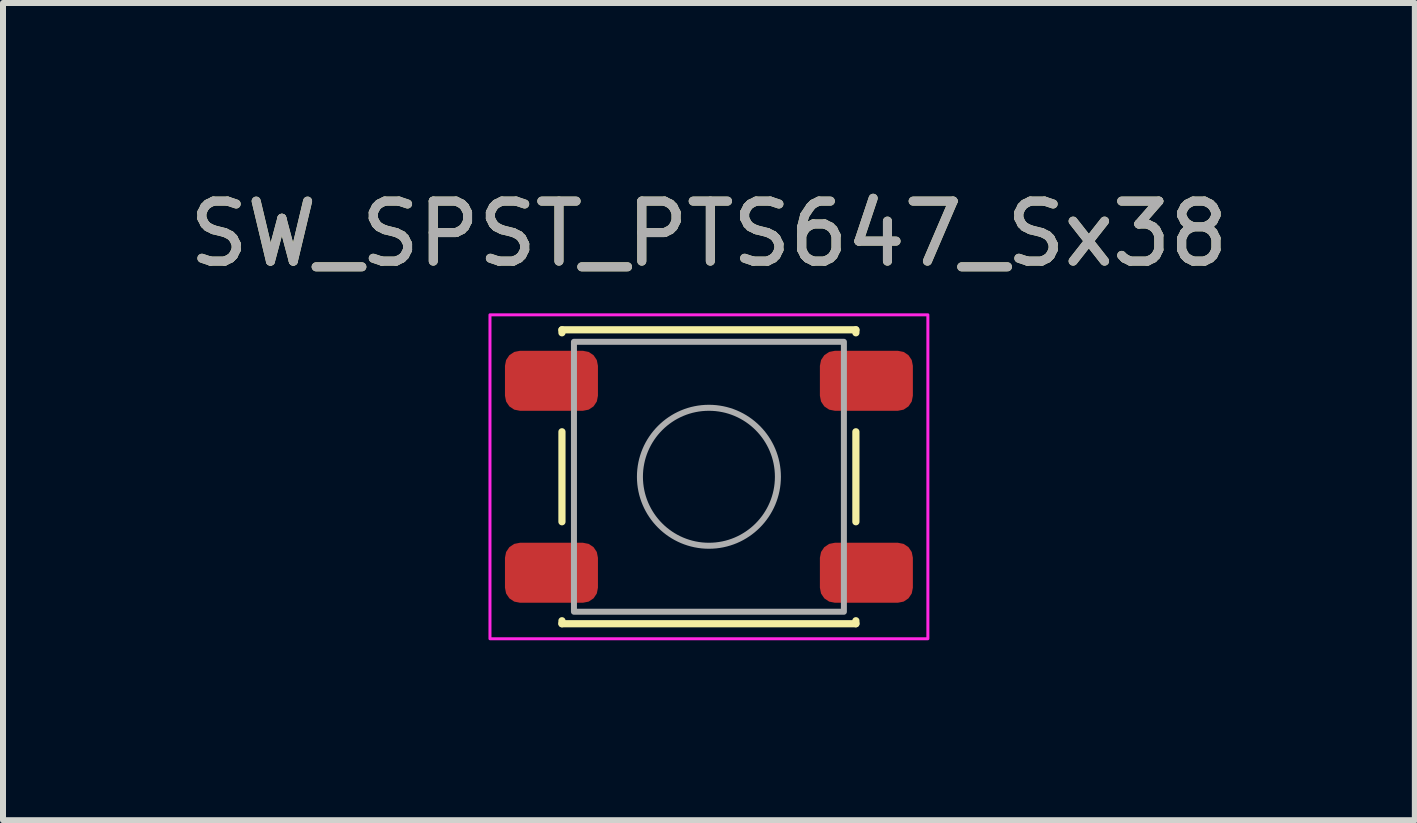
<source format=kicad_pcb>
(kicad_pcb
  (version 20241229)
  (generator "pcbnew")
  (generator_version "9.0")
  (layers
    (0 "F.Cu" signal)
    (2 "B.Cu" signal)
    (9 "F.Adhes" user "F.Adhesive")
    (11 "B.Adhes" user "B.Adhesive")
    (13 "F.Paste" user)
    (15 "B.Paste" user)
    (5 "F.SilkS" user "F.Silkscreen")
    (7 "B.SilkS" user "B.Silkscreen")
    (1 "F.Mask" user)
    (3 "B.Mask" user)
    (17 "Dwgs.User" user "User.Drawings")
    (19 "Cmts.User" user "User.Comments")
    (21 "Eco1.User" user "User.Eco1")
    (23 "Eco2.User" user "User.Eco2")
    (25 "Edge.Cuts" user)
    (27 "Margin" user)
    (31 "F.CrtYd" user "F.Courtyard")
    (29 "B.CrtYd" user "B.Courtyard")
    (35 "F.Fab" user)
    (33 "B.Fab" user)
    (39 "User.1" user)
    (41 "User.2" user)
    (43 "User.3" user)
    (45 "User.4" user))
  (footprint "SW_SPST_PTS647_Sx38"
    (layer "F.Cu")
    (at 8.768 4.898)
    (property "Reference" "SW_SPST_PTS647_Sx38" (at 0 -4.05 0) (layer "F.SilkS") (effects (font (size 1 1) (thickness 0.15))))
    (attr smd)
    (fp_line (start -2.45 -2.45) (end -2.45 -2.4) (stroke (width 0.12) (type solid)) (layer "F.SilkS"))
    (fp_line (start -2.45 -2.45) (end 2.45 -2.45) (stroke (width 0.12) (type solid)) (layer "F.SilkS"))
    (fp_line (start -2.45 -0.75) (end -2.45 0.75) (stroke (width 0.12) (type solid)) (layer "F.SilkS"))
    (fp_line (start -2.45 2.45) (end -2.45 2.4) (stroke (width 0.12) (type solid)) (layer "F.SilkS"))
    (fp_line (start -2.45 2.45) (end 2.45 2.45) (stroke (width 0.12) (type solid)) (layer "F.SilkS"))
    (fp_line (start 2.45 -2.45) (end 2.45 -2.4) (stroke (width 0.12) (type solid)) (layer "F.SilkS"))
    (fp_line (start 2.45 -0.75) (end 2.45 0.75) (stroke (width 0.12) (type solid)) (layer "F.SilkS"))
    (fp_line (start 2.45 2.45) (end 2.45 2.4) (stroke (width 0.12) (type solid)) (layer "F.SilkS"))
    (fp_rect (start -3.65 -2.7) (end 3.65 2.7) (stroke (width 0.05) (type default)) (fill no) (layer "F.CrtYd"))
    (fp_rect (start -2.25 -2.25) (end 2.25 2.25) (stroke (width 0.1) (type default)) (fill no) (layer "F.Fab"))
    (fp_circle (center 0 0) (end 1.15 0) (stroke (width 0.1) (type solid)) (fill no) (layer "F.Fab"))
    (fp_text user "${REFERENCE}" (at 0 -4.05 0) (layer "F.Fab") (effects (font (size 1 1) (thickness 0.15))))
    (pad "1" smd roundrect (at -2.625 -1.6) (size 1.55 1) (layers "F.Cu" "F.Mask" "F.Paste") (roundrect_rratio 0.25))
    (pad "1" smd roundrect (at 2.625 -1.6) (size 1.55 1) (layers "F.Cu" "F.Mask" "F.Paste") (roundrect_rratio 0.25))
    (pad "2" smd roundrect (at -2.625 1.6) (size 1.55 1) (layers "F.Cu" "F.Mask" "F.Paste") (roundrect_rratio 0.25))
    (pad "2" smd roundrect (at 2.625 1.6) (size 1.55 1) (layers "F.Cu" "F.Mask" "F.Paste") (roundrect_rratio 0.25)))
  (gr_rect
    (start -3 -3)
    (end 20.536 10.623)
    (stroke (width 0.1) (type default))
    (fill no)
    (layer "Edge.Cuts")))
</source>
